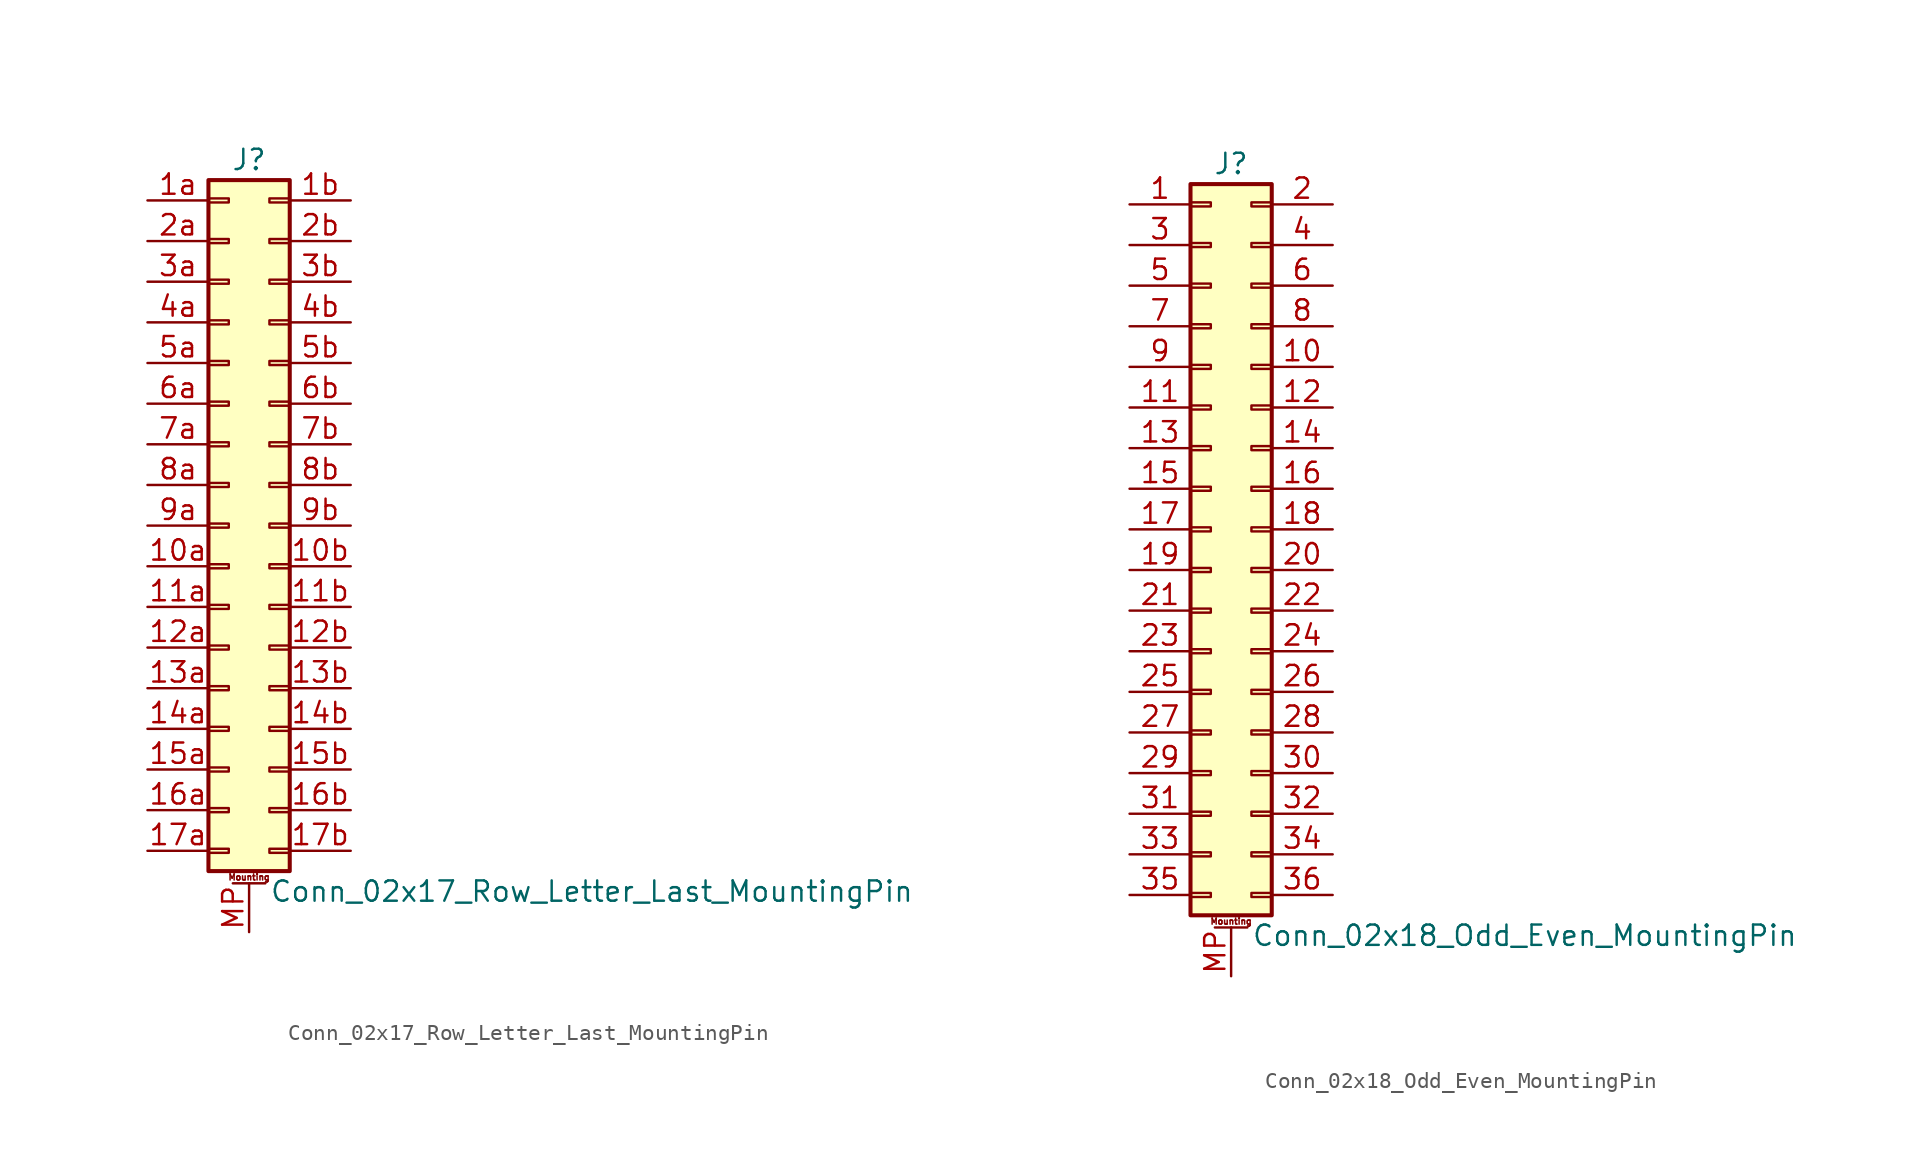
<source format=kicad_sym>
(kicad_symbol_lib
  (version 20220914)
  (generator kicad_symbol_editor)
  (symbol "Conn_02x17_Row_Letter_Last_MountingPin"
    (pin_names
      (offset 1.016) hide)
    (property "Reference" "J"
      (at 1.27 22.86 0)
      (effects (font (size 1.27 1.27))))
    (property "Value" "Conn_02x17_Row_Letter_Last_MountingPin"
      (at 2.54 -22.86 0)
      (effects (font (size 1.27 1.27)) (justify left)))
    (symbol "Conn_02x17_Row_Letter_Last_MountingPin_1_1"
      (rectangle (start -1.27 -20.193) (end 0 -20.447) (stroke (width 0.152) (type default)) (fill (type none)))
      (rectangle (start -1.27 -17.653) (end 0 -17.907) (stroke (width 0.152) (type default)) (fill (type none)))
      (rectangle (start -1.27 -15.113) (end 0 -15.367) (stroke (width 0.152) (type default)) (fill (type none)))
      (rectangle (start -1.27 -12.573) (end 0 -12.827) (stroke (width 0.152) (type default)) (fill (type none)))
      (rectangle (start -1.27 -10.033) (end 0 -10.287) (stroke (width 0.152) (type default)) (fill (type none)))
      (rectangle (start -1.27 -7.493) (end 0 -7.747) (stroke (width 0.152) (type default)) (fill (type none)))
      (rectangle (start -1.27 -4.953) (end 0 -5.207) (stroke (width 0.152) (type default)) (fill (type none)))
      (rectangle (start -1.27 -2.413) (end 0 -2.667) (stroke (width 0.152) (type default)) (fill (type none)))
      (rectangle (start -1.27 0.127) (end 0 -0.127) (stroke (width 0.152) (type default)) (fill (type none)))
      (rectangle (start -1.27 2.667) (end 0 2.413) (stroke (width 0.152) (type default)) (fill (type none)))
      (rectangle (start -1.27 5.207) (end 0 4.953) (stroke (width 0.152) (type default)) (fill (type none)))
      (rectangle (start -1.27 7.747) (end 0 7.493) (stroke (width 0.152) (type default)) (fill (type none)))
      (rectangle (start -1.27 10.287) (end 0 10.033) (stroke (width 0.152) (type default)) (fill (type none)))
      (rectangle (start -1.27 12.827) (end 0 12.573) (stroke (width 0.152) (type default)) (fill (type none)))
      (rectangle (start -1.27 15.367) (end 0 15.113) (stroke (width 0.152) (type default)) (fill (type none)))
      (rectangle (start -1.27 17.907) (end 0 17.653) (stroke (width 0.152) (type default)) (fill (type none)))
      (rectangle (start -1.27 20.447) (end 0 20.193) (stroke (width 0.152) (type default)) (fill (type none)))
      (rectangle (start -1.27 21.59) (end 3.81 -21.59) (stroke (width 0.254) (type default)) (fill (type background)))
      (polyline (pts (xy 0.254 -22.352) (xy 2.286 -22.352)) (stroke (width 0.152) (type default)) (fill (type none)))
      (rectangle (start 3.81 -20.193) (end 2.54 -20.447) (stroke (width 0.152) (type default)) (fill (type none)))
      (rectangle (start 3.81 -17.653) (end 2.54 -17.907) (stroke (width 0.152) (type default)) (fill (type none)))
      (rectangle (start 3.81 -15.113) (end 2.54 -15.367) (stroke (width 0.152) (type default)) (fill (type none)))
      (rectangle (start 3.81 -12.573) (end 2.54 -12.827) (stroke (width 0.152) (type default)) (fill (type none)))
      (rectangle (start 3.81 -10.033) (end 2.54 -10.287) (stroke (width 0.152) (type default)) (fill (type none)))
      (rectangle (start 3.81 -7.493) (end 2.54 -7.747) (stroke (width 0.152) (type default)) (fill (type none)))
      (rectangle (start 3.81 -4.953) (end 2.54 -5.207) (stroke (width 0.152) (type default)) (fill (type none)))
      (rectangle (start 3.81 -2.413) (end 2.54 -2.667) (stroke (width 0.152) (type default)) (fill (type none)))
      (rectangle (start 3.81 0.127) (end 2.54 -0.127) (stroke (width 0.152) (type default)) (fill (type none)))
      (rectangle (start 3.81 2.667) (end 2.54 2.413) (stroke (width 0.152) (type default)) (fill (type none)))
      (rectangle (start 3.81 5.207) (end 2.54 4.953) (stroke (width 0.152) (type default)) (fill (type none)))
      (rectangle (start 3.81 7.747) (end 2.54 7.493) (stroke (width 0.152) (type default)) (fill (type none)))
      (rectangle (start 3.81 10.287) (end 2.54 10.033) (stroke (width 0.152) (type default)) (fill (type none)))
      (rectangle (start 3.81 12.827) (end 2.54 12.573) (stroke (width 0.152) (type default)) (fill (type none)))
      (rectangle (start 3.81 15.367) (end 2.54 15.113) (stroke (width 0.152) (type default)) (fill (type none)))
      (rectangle (start 3.81 17.907) (end 2.54 17.653) (stroke (width 0.152) (type default)) (fill (type none)))
      (rectangle (start 3.81 20.447) (end 2.54 20.193) (stroke (width 0.152) (type default)) (fill (type none)))
      (text "Mounting" (at 1.27 -21.971 0) (effects (font (size 0.381 0.381))))
      (pin passive line (at -5.08 -2.54 0) (length 3.81) (name "Pin_10a" (effects (font (size 1.27 1.27)))) (number "10a" (effects (font (size 1.27 1.27)))))
      (pin passive line (at 7.62 -2.54 180) (length 3.81) (name "Pin_10b" (effects (font (size 1.27 1.27)))) (number "10b" (effects (font (size 1.27 1.27)))))
      (pin passive line (at -5.08 -5.08 0) (length 3.81) (name "Pin_11a" (effects (font (size 1.27 1.27)))) (number "11a" (effects (font (size 1.27 1.27)))))
      (pin passive line (at 7.62 -5.08 180) (length 3.81) (name "Pin_11b" (effects (font (size 1.27 1.27)))) (number "11b" (effects (font (size 1.27 1.27)))))
      (pin passive line (at -5.08 -7.62 0) (length 3.81) (name "Pin_12a" (effects (font (size 1.27 1.27)))) (number "12a" (effects (font (size 1.27 1.27)))))
      (pin passive line (at 7.62 -7.62 180) (length 3.81) (name "Pin_12b" (effects (font (size 1.27 1.27)))) (number "12b" (effects (font (size 1.27 1.27)))))
      (pin passive line (at -5.08 -10.16 0) (length 3.81) (name "Pin_13a" (effects (font (size 1.27 1.27)))) (number "13a" (effects (font (size 1.27 1.27)))))
      (pin passive line (at 7.62 -10.16 180) (length 3.81) (name "Pin_13b" (effects (font (size 1.27 1.27)))) (number "13b" (effects (font (size 1.27 1.27)))))
      (pin passive line (at -5.08 -12.7 0) (length 3.81) (name "Pin_14a" (effects (font (size 1.27 1.27)))) (number "14a" (effects (font (size 1.27 1.27)))))
      (pin passive line (at 7.62 -12.7 180) (length 3.81) (name "Pin_14b" (effects (font (size 1.27 1.27)))) (number "14b" (effects (font (size 1.27 1.27)))))
      (pin passive line (at -5.08 -15.24 0) (length 3.81) (name "Pin_15a" (effects (font (size 1.27 1.27)))) (number "15a" (effects (font (size 1.27 1.27)))))
      (pin passive line (at 7.62 -15.24 180) (length 3.81) (name "Pin_15b" (effects (font (size 1.27 1.27)))) (number "15b" (effects (font (size 1.27 1.27)))))
      (pin passive line (at -5.08 -17.78 0) (length 3.81) (name "Pin_16a" (effects (font (size 1.27 1.27)))) (number "16a" (effects (font (size 1.27 1.27)))))
      (pin passive line (at 7.62 -17.78 180) (length 3.81) (name "Pin_16b" (effects (font (size 1.27 1.27)))) (number "16b" (effects (font (size 1.27 1.27)))))
      (pin passive line (at -5.08 -20.32 0) (length 3.81) (name "Pin_17a" (effects (font (size 1.27 1.27)))) (number "17a" (effects (font (size 1.27 1.27)))))
      (pin passive line (at 7.62 -20.32 180) (length 3.81) (name "Pin_17b" (effects (font (size 1.27 1.27)))) (number "17b" (effects (font (size 1.27 1.27)))))
      (pin passive line (at -5.08 20.32 0) (length 3.81) (name "Pin_1a" (effects (font (size 1.27 1.27)))) (number "1a" (effects (font (size 1.27 1.27)))))
      (pin passive line (at 7.62 20.32 180) (length 3.81) (name "Pin_1b" (effects (font (size 1.27 1.27)))) (number "1b" (effects (font (size 1.27 1.27)))))
      (pin passive line (at -5.08 17.78 0) (length 3.81) (name "Pin_2a" (effects (font (size 1.27 1.27)))) (number "2a" (effects (font (size 1.27 1.27)))))
      (pin passive line (at 7.62 17.78 180) (length 3.81) (name "Pin_2b" (effects (font (size 1.27 1.27)))) (number "2b" (effects (font (size 1.27 1.27)))))
      (pin passive line (at -5.08 15.24 0) (length 3.81) (name "Pin_3a" (effects (font (size 1.27 1.27)))) (number "3a" (effects (font (size 1.27 1.27)))))
      (pin passive line (at 7.62 15.24 180) (length 3.81) (name "Pin_3b" (effects (font (size 1.27 1.27)))) (number "3b" (effects (font (size 1.27 1.27)))))
      (pin passive line (at -5.08 12.7 0) (length 3.81) (name "Pin_4a" (effects (font (size 1.27 1.27)))) (number "4a" (effects (font (size 1.27 1.27)))))
      (pin passive line (at 7.62 12.7 180) (length 3.81) (name "Pin_4b" (effects (font (size 1.27 1.27)))) (number "4b" (effects (font (size 1.27 1.27)))))
      (pin passive line (at -5.08 10.16 0) (length 3.81) (name "Pin_5a" (effects (font (size 1.27 1.27)))) (number "5a" (effects (font (size 1.27 1.27)))))
      (pin passive line (at 7.62 10.16 180) (length 3.81) (name "Pin_5b" (effects (font (size 1.27 1.27)))) (number "5b" (effects (font (size 1.27 1.27)))))
      (pin passive line (at -5.08 7.62 0) (length 3.81) (name "Pin_6a" (effects (font (size 1.27 1.27)))) (number "6a" (effects (font (size 1.27 1.27)))))
      (pin passive line (at 7.62 7.62 180) (length 3.81) (name "Pin_6b" (effects (font (size 1.27 1.27)))) (number "6b" (effects (font (size 1.27 1.27)))))
      (pin passive line (at -5.08 5.08 0) (length 3.81) (name "Pin_7a" (effects (font (size 1.27 1.27)))) (number "7a" (effects (font (size 1.27 1.27)))))
      (pin passive line (at 7.62 5.08 180) (length 3.81) (name "Pin_7b" (effects (font (size 1.27 1.27)))) (number "7b" (effects (font (size 1.27 1.27)))))
      (pin passive line (at -5.08 2.54 0) (length 3.81) (name "Pin_8a" (effects (font (size 1.27 1.27)))) (number "8a" (effects (font (size 1.27 1.27)))))
      (pin passive line (at 7.62 2.54 180) (length 3.81) (name "Pin_8b" (effects (font (size 1.27 1.27)))) (number "8b" (effects (font (size 1.27 1.27)))))
      (pin passive line (at -5.08 0 0) (length 3.81) (name "Pin_9a" (effects (font (size 1.27 1.27)))) (number "9a" (effects (font (size 1.27 1.27)))))
      (pin passive line (at 7.62 0 180) (length 3.81) (name "Pin_9b" (effects (font (size 1.27 1.27)))) (number "9b" (effects (font (size 1.27 1.27)))))
      (pin passive line (at 1.27 -25.4 90) (length 3.048) (name "MountPin" (effects (font (size 1.27 1.27)))) (number "MP" (effects (font (size 1.27 1.27)))))))
  (symbol "Conn_02x18_Odd_Even_MountingPin"
    (pin_names
      (offset 1.016) hide)
    (property "Reference" "J"
      (at 1.27 22.86 0)
      (effects (font (size 1.27 1.27))))
    (property "Value" "Conn_02x18_Odd_Even_MountingPin"
      (at 2.54 -25.4 0)
      (effects (font (size 1.27 1.27)) (justify left)))
    (symbol "Conn_02x18_Odd_Even_MountingPin_1_1"
      (rectangle (start -1.27 -22.733) (end 0 -22.987) (stroke (width 0.152) (type default)) (fill (type none)))
      (rectangle (start -1.27 -20.193) (end 0 -20.447) (stroke (width 0.152) (type default)) (fill (type none)))
      (rectangle (start -1.27 -17.653) (end 0 -17.907) (stroke (width 0.152) (type default)) (fill (type none)))
      (rectangle (start -1.27 -15.113) (end 0 -15.367) (stroke (width 0.152) (type default)) (fill (type none)))
      (rectangle (start -1.27 -12.573) (end 0 -12.827) (stroke (width 0.152) (type default)) (fill (type none)))
      (rectangle (start -1.27 -10.033) (end 0 -10.287) (stroke (width 0.152) (type default)) (fill (type none)))
      (rectangle (start -1.27 -7.493) (end 0 -7.747) (stroke (width 0.152) (type default)) (fill (type none)))
      (rectangle (start -1.27 -4.953) (end 0 -5.207) (stroke (width 0.152) (type default)) (fill (type none)))
      (rectangle (start -1.27 -2.413) (end 0 -2.667) (stroke (width 0.152) (type default)) (fill (type none)))
      (rectangle (start -1.27 0.127) (end 0 -0.127) (stroke (width 0.152) (type default)) (fill (type none)))
      (rectangle (start -1.27 2.667) (end 0 2.413) (stroke (width 0.152) (type default)) (fill (type none)))
      (rectangle (start -1.27 5.207) (end 0 4.953) (stroke (width 0.152) (type default)) (fill (type none)))
      (rectangle (start -1.27 7.747) (end 0 7.493) (stroke (width 0.152) (type default)) (fill (type none)))
      (rectangle (start -1.27 10.287) (end 0 10.033) (stroke (width 0.152) (type default)) (fill (type none)))
      (rectangle (start -1.27 12.827) (end 0 12.573) (stroke (width 0.152) (type default)) (fill (type none)))
      (rectangle (start -1.27 15.367) (end 0 15.113) (stroke (width 0.152) (type default)) (fill (type none)))
      (rectangle (start -1.27 17.907) (end 0 17.653) (stroke (width 0.152) (type default)) (fill (type none)))
      (rectangle (start -1.27 20.447) (end 0 20.193) (stroke (width 0.152) (type default)) (fill (type none)))
      (rectangle (start -1.27 21.59) (end 3.81 -24.13) (stroke (width 0.254) (type default)) (fill (type background)))
      (polyline (pts (xy 0.254 -24.892) (xy 2.286 -24.892)) (stroke (width 0.152) (type default)) (fill (type none)))
      (rectangle (start 3.81 -22.733) (end 2.54 -22.987) (stroke (width 0.152) (type default)) (fill (type none)))
      (rectangle (start 3.81 -20.193) (end 2.54 -20.447) (stroke (width 0.152) (type default)) (fill (type none)))
      (rectangle (start 3.81 -17.653) (end 2.54 -17.907) (stroke (width 0.152) (type default)) (fill (type none)))
      (rectangle (start 3.81 -15.113) (end 2.54 -15.367) (stroke (width 0.152) (type default)) (fill (type none)))
      (rectangle (start 3.81 -12.573) (end 2.54 -12.827) (stroke (width 0.152) (type default)) (fill (type none)))
      (rectangle (start 3.81 -10.033) (end 2.54 -10.287) (stroke (width 0.152) (type default)) (fill (type none)))
      (rectangle (start 3.81 -7.493) (end 2.54 -7.747) (stroke (width 0.152) (type default)) (fill (type none)))
      (rectangle (start 3.81 -4.953) (end 2.54 -5.207) (stroke (width 0.152) (type default)) (fill (type none)))
      (rectangle (start 3.81 -2.413) (end 2.54 -2.667) (stroke (width 0.152) (type default)) (fill (type none)))
      (rectangle (start 3.81 0.127) (end 2.54 -0.127) (stroke (width 0.152) (type default)) (fill (type none)))
      (rectangle (start 3.81 2.667) (end 2.54 2.413) (stroke (width 0.152) (type default)) (fill (type none)))
      (rectangle (start 3.81 5.207) (end 2.54 4.953) (stroke (width 0.152) (type default)) (fill (type none)))
      (rectangle (start 3.81 7.747) (end 2.54 7.493) (stroke (width 0.152) (type default)) (fill (type none)))
      (rectangle (start 3.81 10.287) (end 2.54 10.033) (stroke (width 0.152) (type default)) (fill (type none)))
      (rectangle (start 3.81 12.827) (end 2.54 12.573) (stroke (width 0.152) (type default)) (fill (type none)))
      (rectangle (start 3.81 15.367) (end 2.54 15.113) (stroke (width 0.152) (type default)) (fill (type none)))
      (rectangle (start 3.81 17.907) (end 2.54 17.653) (stroke (width 0.152) (type default)) (fill (type none)))
      (rectangle (start 3.81 20.447) (end 2.54 20.193) (stroke (width 0.152) (type default)) (fill (type none)))
      (text "Mounting" (at 1.27 -24.511 0) (effects (font (size 0.381 0.381))))
      (pin passive line (at -5.08 20.32 0) (length 3.81) (name "Pin_1" (effects (font (size 1.27 1.27)))) (number "1" (effects (font (size 1.27 1.27)))))
      (pin passive line (at 7.62 10.16 180) (length 3.81) (name "Pin_10" (effects (font (size 1.27 1.27)))) (number "10" (effects (font (size 1.27 1.27)))))
      (pin passive line (at -5.08 7.62 0) (length 3.81) (name "Pin_11" (effects (font (size 1.27 1.27)))) (number "11" (effects (font (size 1.27 1.27)))))
      (pin passive line (at 7.62 7.62 180) (length 3.81) (name "Pin_12" (effects (font (size 1.27 1.27)))) (number "12" (effects (font (size 1.27 1.27)))))
      (pin passive line (at -5.08 5.08 0) (length 3.81) (name "Pin_13" (effects (font (size 1.27 1.27)))) (number "13" (effects (font (size 1.27 1.27)))))
      (pin passive line (at 7.62 5.08 180) (length 3.81) (name "Pin_14" (effects (font (size 1.27 1.27)))) (number "14" (effects (font (size 1.27 1.27)))))
      (pin passive line (at -5.08 2.54 0) (length 3.81) (name "Pin_15" (effects (font (size 1.27 1.27)))) (number "15" (effects (font (size 1.27 1.27)))))
      (pin passive line (at 7.62 2.54 180) (length 3.81) (name "Pin_16" (effects (font (size 1.27 1.27)))) (number "16" (effects (font (size 1.27 1.27)))))
      (pin passive line (at -5.08 0 0) (length 3.81) (name "Pin_17" (effects (font (size 1.27 1.27)))) (number "17" (effects (font (size 1.27 1.27)))))
      (pin passive line (at 7.62 0 180) (length 3.81) (name "Pin_18" (effects (font (size 1.27 1.27)))) (number "18" (effects (font (size 1.27 1.27)))))
      (pin passive line (at -5.08 -2.54 0) (length 3.81) (name "Pin_19" (effects (font (size 1.27 1.27)))) (number "19" (effects (font (size 1.27 1.27)))))
      (pin passive line (at 7.62 20.32 180) (length 3.81) (name "Pin_2" (effects (font (size 1.27 1.27)))) (number "2" (effects (font (size 1.27 1.27)))))
      (pin passive line (at 7.62 -2.54 180) (length 3.81) (name "Pin_20" (effects (font (size 1.27 1.27)))) (number "20" (effects (font (size 1.27 1.27)))))
      (pin passive line (at -5.08 -5.08 0) (length 3.81) (name "Pin_21" (effects (font (size 1.27 1.27)))) (number "21" (effects (font (size 1.27 1.27)))))
      (pin passive line (at 7.62 -5.08 180) (length 3.81) (name "Pin_22" (effects (font (size 1.27 1.27)))) (number "22" (effects (font (size 1.27 1.27)))))
      (pin passive line (at -5.08 -7.62 0) (length 3.81) (name "Pin_23" (effects (font (size 1.27 1.27)))) (number "23" (effects (font (size 1.27 1.27)))))
      (pin passive line (at 7.62 -7.62 180) (length 3.81) (name "Pin_24" (effects (font (size 1.27 1.27)))) (number "24" (effects (font (size 1.27 1.27)))))
      (pin passive line (at -5.08 -10.16 0) (length 3.81) (name "Pin_25" (effects (font (size 1.27 1.27)))) (number "25" (effects (font (size 1.27 1.27)))))
      (pin passive line (at 7.62 -10.16 180) (length 3.81) (name "Pin_26" (effects (font (size 1.27 1.27)))) (number "26" (effects (font (size 1.27 1.27)))))
      (pin passive line (at -5.08 -12.7 0) (length 3.81) (name "Pin_27" (effects (font (size 1.27 1.27)))) (number "27" (effects (font (size 1.27 1.27)))))
      (pin passive line (at 7.62 -12.7 180) (length 3.81) (name "Pin_28" (effects (font (size 1.27 1.27)))) (number "28" (effects (font (size 1.27 1.27)))))
      (pin passive line (at -5.08 -15.24 0) (length 3.81) (name "Pin_29" (effects (font (size 1.27 1.27)))) (number "29" (effects (font (size 1.27 1.27)))))
      (pin passive line (at -5.08 17.78 0) (length 3.81) (name "Pin_3" (effects (font (size 1.27 1.27)))) (number "3" (effects (font (size 1.27 1.27)))))
      (pin passive line (at 7.62 -15.24 180) (length 3.81) (name "Pin_30" (effects (font (size 1.27 1.27)))) (number "30" (effects (font (size 1.27 1.27)))))
      (pin passive line (at -5.08 -17.78 0) (length 3.81) (name "Pin_31" (effects (font (size 1.27 1.27)))) (number "31" (effects (font (size 1.27 1.27)))))
      (pin passive line (at 7.62 -17.78 180) (length 3.81) (name "Pin_32" (effects (font (size 1.27 1.27)))) (number "32" (effects (font (size 1.27 1.27)))))
      (pin passive line (at -5.08 -20.32 0) (length 3.81) (name "Pin_33" (effects (font (size 1.27 1.27)))) (number "33" (effects (font (size 1.27 1.27)))))
      (pin passive line (at 7.62 -20.32 180) (length 3.81) (name "Pin_34" (effects (font (size 1.27 1.27)))) (number "34" (effects (font (size 1.27 1.27)))))
      (pin passive line (at -5.08 -22.86 0) (length 3.81) (name "Pin_35" (effects (font (size 1.27 1.27)))) (number "35" (effects (font (size 1.27 1.27)))))
      (pin passive line (at 7.62 -22.86 180) (length 3.81) (name "Pin_36" (effects (font (size 1.27 1.27)))) (number "36" (effects (font (size 1.27 1.27)))))
      (pin passive line (at 7.62 17.78 180) (length 3.81) (name "Pin_4" (effects (font (size 1.27 1.27)))) (number "4" (effects (font (size 1.27 1.27)))))
      (pin passive line (at -5.08 15.24 0) (length 3.81) (name "Pin_5" (effects (font (size 1.27 1.27)))) (number "5" (effects (font (size 1.27 1.27)))))
      (pin passive line (at 7.62 15.24 180) (length 3.81) (name "Pin_6" (effects (font (size 1.27 1.27)))) (number "6" (effects (font (size 1.27 1.27)))))
      (pin passive line (at -5.08 12.7 0) (length 3.81) (name "Pin_7" (effects (font (size 1.27 1.27)))) (number "7" (effects (font (size 1.27 1.27)))))
      (pin passive line (at 7.62 12.7 180) (length 3.81) (name "Pin_8" (effects (font (size 1.27 1.27)))) (number "8" (effects (font (size 1.27 1.27)))))
      (pin passive line (at -5.08 10.16 0) (length 3.81) (name "Pin_9" (effects (font (size 1.27 1.27)))) (number "9" (effects (font (size 1.27 1.27)))))
      (pin passive line (at 1.27 -27.94 90) (length 3.048) (name "MountPin" (effects (font (size 1.27 1.27)))) (number "MP" (effects (font (size 1.27 1.27))))))))
</source>
